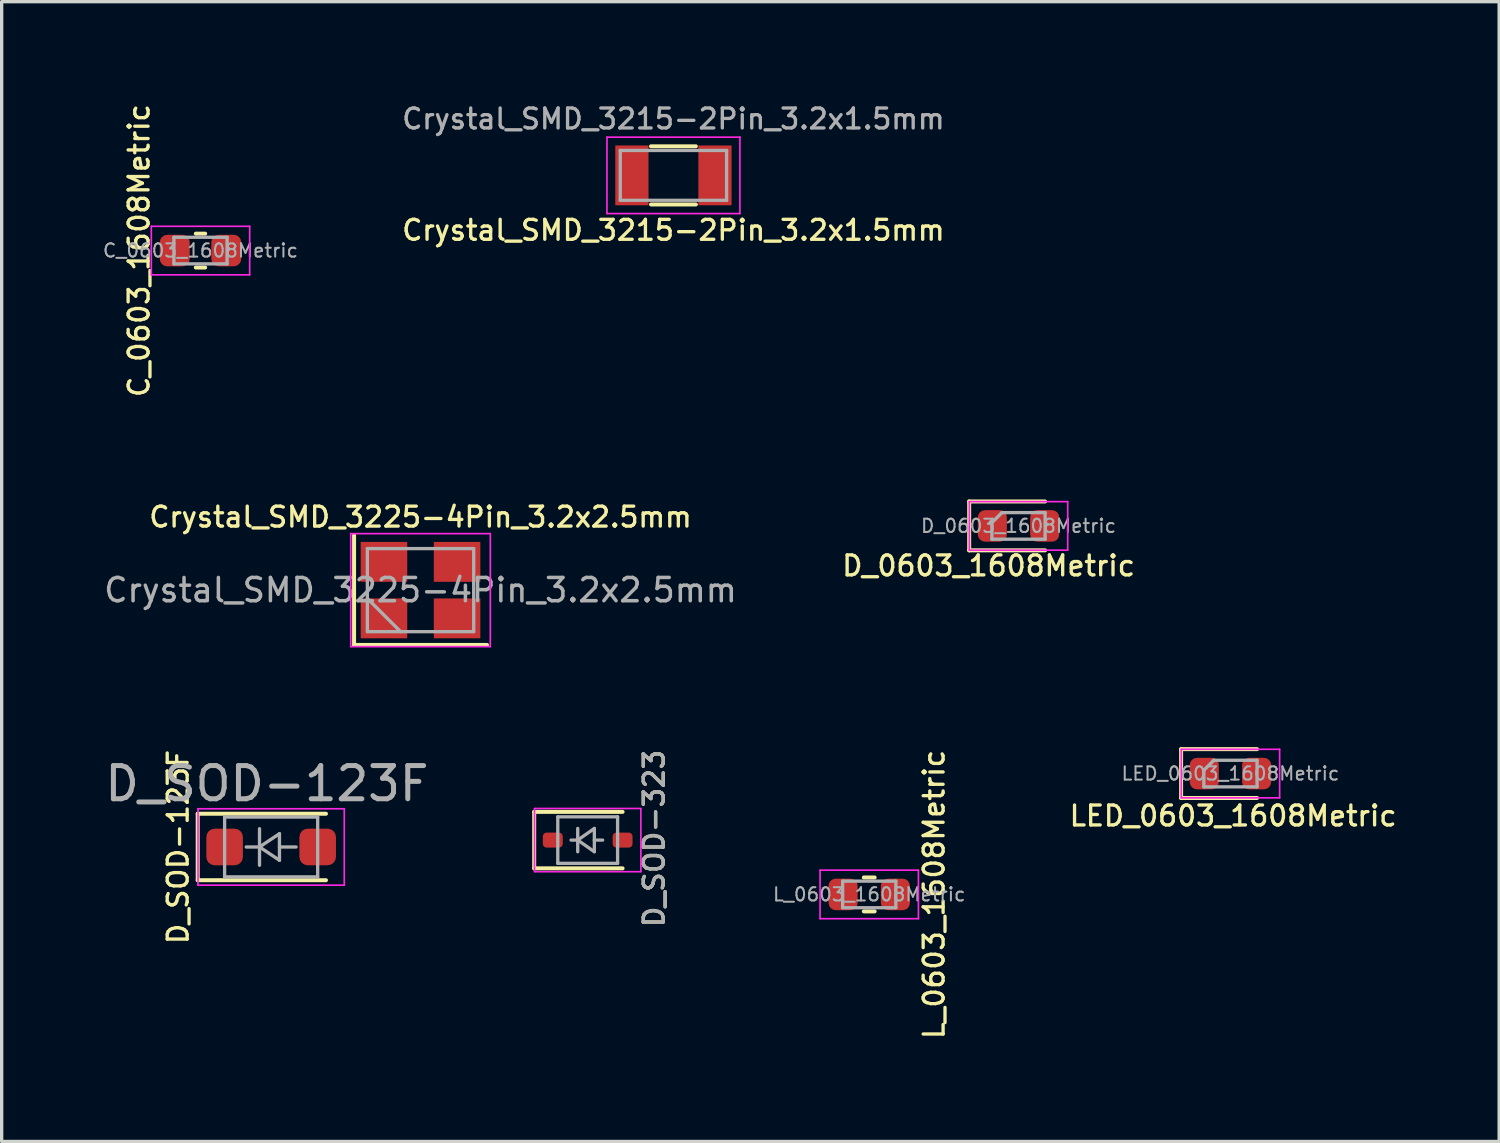
<source format=kicad_pcb>
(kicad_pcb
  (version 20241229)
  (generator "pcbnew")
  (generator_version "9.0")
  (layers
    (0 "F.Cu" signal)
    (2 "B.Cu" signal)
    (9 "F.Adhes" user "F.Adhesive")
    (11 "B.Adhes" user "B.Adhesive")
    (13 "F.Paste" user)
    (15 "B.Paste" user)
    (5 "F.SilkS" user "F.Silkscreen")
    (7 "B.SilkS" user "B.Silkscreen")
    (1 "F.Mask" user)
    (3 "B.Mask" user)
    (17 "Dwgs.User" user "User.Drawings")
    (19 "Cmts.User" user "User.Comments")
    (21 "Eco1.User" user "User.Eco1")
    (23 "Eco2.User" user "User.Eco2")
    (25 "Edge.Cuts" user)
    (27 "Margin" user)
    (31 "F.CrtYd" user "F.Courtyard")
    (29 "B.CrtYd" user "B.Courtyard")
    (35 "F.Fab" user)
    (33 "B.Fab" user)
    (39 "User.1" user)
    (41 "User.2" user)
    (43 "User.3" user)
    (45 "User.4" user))
  (footprint "Crystal_SMD_3215-2Pin_3.2x1.5mm"
    (layer "F.Cu")
    (at 17.214 2.227)
    (property "Reference" "Crystal_SMD_3215-2Pin_3.2x1.5mm" (at 0 1.65 0) (layer "F.SilkS") (effects (font (size 0.6 0.6) (thickness 0.1))))
    (attr smd)
    (fp_line (start -0.675 -0.875) (end 0.675 -0.875) (stroke (width 0.12) (type solid)) (layer "F.SilkS"))
    (fp_line (start -0.675 0.875) (end 0.675 0.875) (stroke (width 0.12) (type solid)) (layer "F.SilkS"))
    (fp_line (start -2 -1.15) (end -2 1.15) (stroke (width 0.05) (type solid)) (layer "F.CrtYd"))
    (fp_line (start -2 -1.15) (end 2 -1.15) (stroke (width 0.05) (type solid)) (layer "F.CrtYd"))
    (fp_line (start -2 1.15) (end 2 1.15) (stroke (width 0.05) (type solid)) (layer "F.CrtYd"))
    (fp_line (start 2 -1.15) (end 2 1.15) (stroke (width 0.05) (type solid)) (layer "F.CrtYd"))
    (fp_line (start -1.6 -0.75) (end -1.6 0.75) (stroke (width 0.1) (type solid)) (layer "F.Fab"))
    (fp_line (start -1.6 -0.75) (end 1.6 -0.75) (stroke (width 0.1) (type solid)) (layer "F.Fab"))
    (fp_line (start -1.6 0.75) (end 1.6 0.75) (stroke (width 0.1) (type solid)) (layer "F.Fab"))
    (fp_line (start 1.6 -0.75) (end 1.6 0.75) (stroke (width 0.1) (type solid)) (layer "F.Fab"))
    (fp_text user "${REFERENCE}" (at 0 -1.7 0) (layer "F.Fab") (effects (font (size 0.6 0.6) (thickness 0.1))))
    (pad "1" smd rect (at 1.25 0) (size 1 1.8) (layers "F.Cu" "F.Mask" "F.Paste"))
    (pad "2" smd rect (at -1.25 0) (size 1 1.8) (layers "F.Cu" "F.Mask" "F.Paste")))
  (footprint "D_0603_1608Metric"
    (layer "F.Cu")
    (at 27.598 12.775)
    (property "Reference" "D_0603_1608Metric" (at -0.9 1.2 0) (layer "F.SilkS") (effects (font (size 0.6 0.6) (thickness 0.1))))
    (attr smd)
    (fp_line (start -1.485 -0.735) (end -1.485 0.735) (stroke (width 0.12) (type solid)) (layer "F.SilkS"))
    (fp_line (start -1.485 0.735) (end 0.8 0.735) (stroke (width 0.12) (type solid)) (layer "F.SilkS"))
    (fp_line (start 0.8 -0.735) (end -1.485 -0.735) (stroke (width 0.12) (type solid)) (layer "F.SilkS"))
    (fp_line (start -1.48 -0.73) (end 1.48 -0.73) (stroke (width 0.05) (type solid)) (layer "F.CrtYd"))
    (fp_line (start -1.48 0.73) (end -1.48 -0.73) (stroke (width 0.05) (type solid)) (layer "F.CrtYd"))
    (fp_line (start 1.48 -0.73) (end 1.48 0.73) (stroke (width 0.05) (type solid)) (layer "F.CrtYd"))
    (fp_line (start 1.48 0.73) (end -1.48 0.73) (stroke (width 0.05) (type solid)) (layer "F.CrtYd"))
    (fp_line (start -0.8 -0.1) (end -0.8 0.4) (stroke (width 0.1) (type solid)) (layer "F.Fab"))
    (fp_line (start -0.8 0.4) (end 0.8 0.4) (stroke (width 0.1) (type solid)) (layer "F.Fab"))
    (fp_line (start -0.5 -0.4) (end -0.8 -0.1) (stroke (width 0.1) (type solid)) (layer "F.Fab"))
    (fp_line (start 0.8 -0.4) (end -0.5 -0.4) (stroke (width 0.1) (type solid)) (layer "F.Fab"))
    (fp_line (start 0.8 0.4) (end 0.8 -0.4) (stroke (width 0.1) (type solid)) (layer "F.Fab"))
    (fp_text user "${REFERENCE}" (at 0 0 180) (layer "F.Fab") (effects (font (size 0.4 0.4) (thickness 0.06))))
    (pad "1" smd roundrect (at -0.788 0) (size 0.875 0.95) (layers "F.Cu" "F.Mask" "F.Paste") (roundrect_rratio 0.25))
    (pad "2" smd roundrect (at 0.788 0) (size 0.875 0.95) (layers "F.Cu" "F.Mask" "F.Paste") (roundrect_rratio 0.25)))
  (footprint "Crystal_SMD_3225-4Pin_3.2x2.5mm"
    (layer "F.Cu")
    (at 9.604 14.707)
    (property "Reference" "Crystal_SMD_3225-4Pin_3.2x2.5mm" (at 0 -2.2 180) (layer "F.SilkS") (effects (font (size 0.6 0.6) (thickness 0.1))))
    (attr smd)
    (fp_line (start -2 -1.65) (end -2 1.65) (stroke (width 0.12) (type solid)) (layer "F.SilkS"))
    (fp_line (start -2 1.65) (end 2 1.65) (stroke (width 0.12) (type solid)) (layer "F.SilkS"))
    (fp_line (start -2.1 -1.7) (end -2.1 1.7) (stroke (width 0.05) (type solid)) (layer "F.CrtYd"))
    (fp_line (start -2.1 1.7) (end 2.1 1.7) (stroke (width 0.05) (type solid)) (layer "F.CrtYd"))
    (fp_line (start 2.1 -1.7) (end -2.1 -1.7) (stroke (width 0.05) (type solid)) (layer "F.CrtYd"))
    (fp_line (start 2.1 1.7) (end 2.1 -1.7) (stroke (width 0.05) (type solid)) (layer "F.CrtYd"))
    (fp_line (start -1.6 -1.25) (end -1.6 1.25) (stroke (width 0.1) (type solid)) (layer "F.Fab"))
    (fp_line (start -1.6 0.25) (end -0.6 1.25) (stroke (width 0.1) (type solid)) (layer "F.Fab"))
    (fp_line (start -1.6 1.25) (end 1.6 1.25) (stroke (width 0.1) (type solid)) (layer "F.Fab"))
    (fp_line (start 1.6 -1.25) (end -1.6 -1.25) (stroke (width 0.1) (type solid)) (layer "F.Fab"))
    (fp_line (start 1.6 1.25) (end 1.6 -1.25) (stroke (width 0.1) (type solid)) (layer "F.Fab"))
    (fp_text user "${REFERENCE}" (at 0 0 180) (layer "F.Fab") (effects (font (size 0.7 0.7) (thickness 0.105))))
    (pad "1" smd rect (at -1.1 0.85) (size 1.4 1.2) (layers "F.Cu" "F.Mask" "F.Paste"))
    (pad "2" smd rect (at 1.1 0.85) (size 1.4 1.2) (layers "F.Cu" "F.Mask" "F.Paste"))
    (pad "3" smd rect (at 1.1 -0.85) (size 1.4 1.2) (layers "F.Cu" "F.Mask" "F.Paste"))
    (pad "4" smd rect (at -1.1 -0.85) (size 1.4 1.2) (layers "F.Cu" "F.Mask" "F.Paste")))
  (footprint "L_0603_1608Metric"
    (layer "F.Cu")
    (at 23.106 23.864)
    (property "Reference" "L_0603_1608Metric" (at 1.95 0 90) (layer "F.SilkS") (effects (font (size 0.6 0.6) (thickness 0.1))))
    (attr smd)
    (fp_line (start -0.163 -0.51) (end 0.163 -0.51) (stroke (width 0.12) (type solid)) (layer "F.SilkS"))
    (fp_line (start -0.163 0.51) (end 0.163 0.51) (stroke (width 0.12) (type solid)) (layer "F.SilkS"))
    (fp_line (start -1.48 -0.73) (end 1.48 -0.73) (stroke (width 0.05) (type solid)) (layer "F.CrtYd"))
    (fp_line (start -1.48 0.73) (end -1.48 -0.73) (stroke (width 0.05) (type solid)) (layer "F.CrtYd"))
    (fp_line (start 1.48 -0.73) (end 1.48 0.73) (stroke (width 0.05) (type solid)) (layer "F.CrtYd"))
    (fp_line (start 1.48 0.73) (end -1.48 0.73) (stroke (width 0.05) (type solid)) (layer "F.CrtYd"))
    (fp_line (start -0.8 -0.4) (end 0.8 -0.4) (stroke (width 0.1) (type solid)) (layer "F.Fab"))
    (fp_line (start -0.8 0.4) (end -0.8 -0.4) (stroke (width 0.1) (type solid)) (layer "F.Fab"))
    (fp_line (start 0.8 -0.4) (end 0.8 0.4) (stroke (width 0.1) (type solid)) (layer "F.Fab"))
    (fp_line (start 0.8 0.4) (end -0.8 0.4) (stroke (width 0.1) (type solid)) (layer "F.Fab"))
    (fp_text user "${REFERENCE}" (at 0 0 0) (layer "F.Fab") (effects (font (size 0.4 0.4) (thickness 0.06))))
    (pad "1" smd roundrect (at -0.787 0) (size 0.875 0.95) (layers "F.Cu" "F.Mask" "F.Paste") (roundrect_rratio 0.25))
    (pad "2" smd roundrect (at 0.787 0) (size 0.875 0.95) (layers "F.Cu" "F.Mask" "F.Paste") (roundrect_rratio 0.25)))
  (footprint "LED_0603_1608Metric"
    (layer "F.Cu")
    (at 33.975 20.227)
    (property "Reference" "LED_0603_1608Metric" (at 0.08 1.273 180) (layer "F.SilkS") (effects (font (size 0.6 0.6) (thickness 0.1))))
    (attr smd)
    (fp_line (start -1.485 -0.735) (end -1.485 0.735) (stroke (width 0.12) (type solid)) (layer "F.SilkS"))
    (fp_line (start -1.485 0.735) (end 0.8 0.735) (stroke (width 0.12) (type solid)) (layer "F.SilkS"))
    (fp_line (start 0.8 -0.735) (end -1.485 -0.735) (stroke (width 0.12) (type solid)) (layer "F.SilkS"))
    (fp_line (start -1.48 -0.73) (end 1.48 -0.73) (stroke (width 0.05) (type solid)) (layer "F.CrtYd"))
    (fp_line (start -1.48 0.73) (end -1.48 -0.73) (stroke (width 0.05) (type solid)) (layer "F.CrtYd"))
    (fp_line (start 1.48 -0.73) (end 1.48 0.73) (stroke (width 0.05) (type solid)) (layer "F.CrtYd"))
    (fp_line (start 1.48 0.73) (end -1.48 0.73) (stroke (width 0.05) (type solid)) (layer "F.CrtYd"))
    (fp_line (start -0.8 -0.1) (end -0.8 0.4) (stroke (width 0.1) (type solid)) (layer "F.Fab"))
    (fp_line (start -0.8 0.4) (end 0.8 0.4) (stroke (width 0.1) (type solid)) (layer "F.Fab"))
    (fp_line (start -0.5 -0.4) (end -0.8 -0.1) (stroke (width 0.1) (type solid)) (layer "F.Fab"))
    (fp_line (start 0.8 -0.4) (end -0.5 -0.4) (stroke (width 0.1) (type solid)) (layer "F.Fab"))
    (fp_line (start 0.8 0.4) (end 0.8 -0.4) (stroke (width 0.1) (type solid)) (layer "F.Fab"))
    (fp_text user "${REFERENCE}" (at 0 0 180) (layer "F.Fab") (effects (font (size 0.4 0.4) (thickness 0.06))))
    (pad "1" smd roundrect (at -0.788 0) (size 0.875 0.95) (layers "F.Cu" "F.Mask" "F.Paste") (roundrect_rratio 0.25))
    (pad "2" smd roundrect (at 0.788 0) (size 0.875 0.95) (layers "F.Cu" "F.Mask" "F.Paste") (roundrect_rratio 0.25)))
  (footprint "C_0603_1608Metric"
    (layer "F.Cu")
    (at 2.983 4.49)
    (property "Reference" "C_0603_1608Metric" (at -1.85 0 90) (layer "F.SilkS") (effects (font (size 0.6 0.6) (thickness 0.1))))
    (attr smd)
    (fp_line (start -0.141 -0.51) (end 0.141 -0.51) (stroke (width 0.12) (type solid)) (layer "F.SilkS"))
    (fp_line (start -0.141 0.51) (end 0.141 0.51) (stroke (width 0.12) (type solid)) (layer "F.SilkS"))
    (fp_line (start -1.48 -0.73) (end 1.48 -0.73) (stroke (width 0.05) (type solid)) (layer "F.CrtYd"))
    (fp_line (start -1.48 0.73) (end -1.48 -0.73) (stroke (width 0.05) (type solid)) (layer "F.CrtYd"))
    (fp_line (start 1.48 -0.73) (end 1.48 0.73) (stroke (width 0.05) (type solid)) (layer "F.CrtYd"))
    (fp_line (start 1.48 0.73) (end -1.48 0.73) (stroke (width 0.05) (type solid)) (layer "F.CrtYd"))
    (fp_line (start -0.8 -0.4) (end 0.8 -0.4) (stroke (width 0.1) (type solid)) (layer "F.Fab"))
    (fp_line (start -0.8 0.4) (end -0.8 -0.4) (stroke (width 0.1) (type solid)) (layer "F.Fab"))
    (fp_line (start 0.8 -0.4) (end 0.8 0.4) (stroke (width 0.1) (type solid)) (layer "F.Fab"))
    (fp_line (start 0.8 0.4) (end -0.8 0.4) (stroke (width 0.1) (type solid)) (layer "F.Fab"))
    (fp_text user "${REFERENCE}" (at 0 0 180) (layer "F.Fab") (effects (font (size 0.4 0.4) (thickness 0.06))))
    (pad "1" smd roundrect (at -0.775 0) (size 0.9 0.95) (layers "F.Cu" "F.Mask" "F.Paste") (roundrect_rratio 0.25))
    (pad "2" smd roundrect (at 0.775 0) (size 0.9 0.95) (layers "F.Cu" "F.Mask" "F.Paste") (roundrect_rratio 0.25)))
  (footprint "D_SOD-123F"
    (layer "F.Cu")
    (at 5.109 22.436)
    (property "Reference" "D_SOD-123F" (at -2.8 0 90) (layer "F.SilkS") (effects (font (size 0.6 0.6) (thickness 0.1))))
    (attr smd)
    (fp_line (start -2.21 -1) (end -2.21 1) (stroke (width 0.12) (type solid)) (layer "F.SilkS"))
    (fp_line (start -2.21 -1) (end 1.65 -1) (stroke (width 0.12) (type solid)) (layer "F.SilkS"))
    (fp_line (start -2.21 1) (end 1.65 1) (stroke (width 0.12) (type solid)) (layer "F.SilkS"))
    (fp_line (start -2.2 -1.15) (end -2.2 1.15) (stroke (width 0.05) (type solid)) (layer "F.CrtYd"))
    (fp_line (start -2.2 -1.15) (end 2.2 -1.15) (stroke (width 0.05) (type solid)) (layer "F.CrtYd"))
    (fp_line (start 2.2 -1.15) (end 2.2 1.15) (stroke (width 0.05) (type solid)) (layer "F.CrtYd"))
    (fp_line (start 2.2 1.15) (end -2.2 1.15) (stroke (width 0.05) (type solid)) (layer "F.CrtYd"))
    (fp_line (start -1.4 -0.9) (end 1.4 -0.9) (stroke (width 0.1) (type solid)) (layer "F.Fab"))
    (fp_line (start -1.4 0.9) (end -1.4 -0.9) (stroke (width 0.1) (type solid)) (layer "F.Fab"))
    (fp_line (start -0.75 0) (end -0.35 0) (stroke (width 0.1) (type solid)) (layer "F.Fab"))
    (fp_line (start -0.35 0) (end -0.35 -0.55) (stroke (width 0.1) (type solid)) (layer "F.Fab"))
    (fp_line (start -0.35 0) (end -0.35 0.55) (stroke (width 0.1) (type solid)) (layer "F.Fab"))
    (fp_line (start -0.35 0) (end 0.25 -0.4) (stroke (width 0.1) (type solid)) (layer "F.Fab"))
    (fp_line (start 0.25 -0.4) (end 0.25 0.4) (stroke (width 0.1) (type solid)) (layer "F.Fab"))
    (fp_line (start 0.25 0) (end 0.75 0) (stroke (width 0.1) (type solid)) (layer "F.Fab"))
    (fp_line (start 0.25 0.4) (end -0.35 0) (stroke (width 0.1) (type solid)) (layer "F.Fab"))
    (fp_line (start 1.4 -0.9) (end 1.4 0.9) (stroke (width 0.1) (type solid)) (layer "F.Fab"))
    (fp_line (start 1.4 0.9) (end -1.4 0.9) (stroke (width 0.1) (type solid)) (layer "F.Fab"))
    (fp_text user "${REFERENCE}" (at -0.127 -1.905 0) (layer "F.Fab") (effects (font (size 1 1) (thickness 0.15))))
    (pad "1" smd roundrect (at -1.4 0) (size 1.1 1.1) (layers "F.Cu" "F.Mask" "F.Paste") (roundrect_rratio 0.227))
    (pad "2" smd roundrect (at 1.4 0) (size 1.1 1.1) (layers "F.Cu" "F.Mask" "F.Paste") (roundrect_rratio 0.227)))
  (footprint "D_SOD-323"
    (layer "F.Cu")
    (at 14.634 22.229)
    (property "Reference" "D_SOD-323" (at 2 -0.05 90) (layer "F.SilkS") (effects (font (size 0.6 0.6) (thickness 0.1))))
    (attr smd)
    (fp_line (start -1.61 -0.85) (end -1.61 0.85) (stroke (width 0.12) (type solid)) (layer "F.SilkS"))
    (fp_line (start -1.61 -0.85) (end 1.05 -0.85) (stroke (width 0.12) (type solid)) (layer "F.SilkS"))
    (fp_line (start -1.61 0.85) (end 1.05 0.85) (stroke (width 0.12) (type solid)) (layer "F.SilkS"))
    (fp_line (start -1.6 -0.95) (end -1.6 0.95) (stroke (width 0.05) (type solid)) (layer "F.CrtYd"))
    (fp_line (start -1.6 -0.95) (end 1.6 -0.95) (stroke (width 0.05) (type solid)) (layer "F.CrtYd"))
    (fp_line (start -1.6 0.95) (end 1.6 0.95) (stroke (width 0.05) (type solid)) (layer "F.CrtYd"))
    (fp_line (start 1.6 -0.95) (end 1.6 0.95) (stroke (width 0.05) (type solid)) (layer "F.CrtYd"))
    (fp_line (start -0.9 -0.7) (end 0.9 -0.7) (stroke (width 0.1) (type solid)) (layer "F.Fab"))
    (fp_line (start -0.9 0.7) (end -0.9 -0.7) (stroke (width 0.1) (type solid)) (layer "F.Fab"))
    (fp_line (start -0.3 -0.35) (end -0.3 0.35) (stroke (width 0.1) (type solid)) (layer "F.Fab"))
    (fp_line (start -0.3 0) (end -0.5 0) (stroke (width 0.1) (type solid)) (layer "F.Fab"))
    (fp_line (start -0.3 0) (end 0.2 -0.35) (stroke (width 0.1) (type solid)) (layer "F.Fab"))
    (fp_line (start 0.2 0) (end 0.45 0) (stroke (width 0.1) (type solid)) (layer "F.Fab"))
    (fp_line (start 0.2 -0.35) (end 0.2 0.35) (stroke (width 0.1) (type solid)) (layer "F.Fab"))
    (fp_line (start 0.2 0.35) (end -0.3 0) (stroke (width 0.1) (type solid)) (layer "F.Fab"))
    (fp_line (start 0.9 -0.7) (end 0.9 0.7) (stroke (width 0.1) (type solid)) (layer "F.Fab"))
    (fp_line (start 0.9 0.7) (end -0.9 0.7) (stroke (width 0.1) (type solid)) (layer "F.Fab"))
    (fp_text user "${REFERENCE}" (at 2 -0.05 90) (layer "F.Fab") (effects (font (size 0.6 0.6) (thickness 0.1))))
    (pad "1" smd roundrect (at -1.05 0) (size 0.6 0.45) (layers "F.Cu" "F.Mask" "F.Paste") (roundrect_rratio 0.25))
    (pad "2" smd roundrect (at 1.05 0) (size 0.6 0.45) (layers "F.Cu" "F.Mask" "F.Paste") (roundrect_rratio 0.25)))
  (gr_rect
    (start -3 -3)
    (end 42.06 31.297)
    (stroke (width 0.1) (type default))
    (fill no)
    (layer "Edge.Cuts")))
</source>
